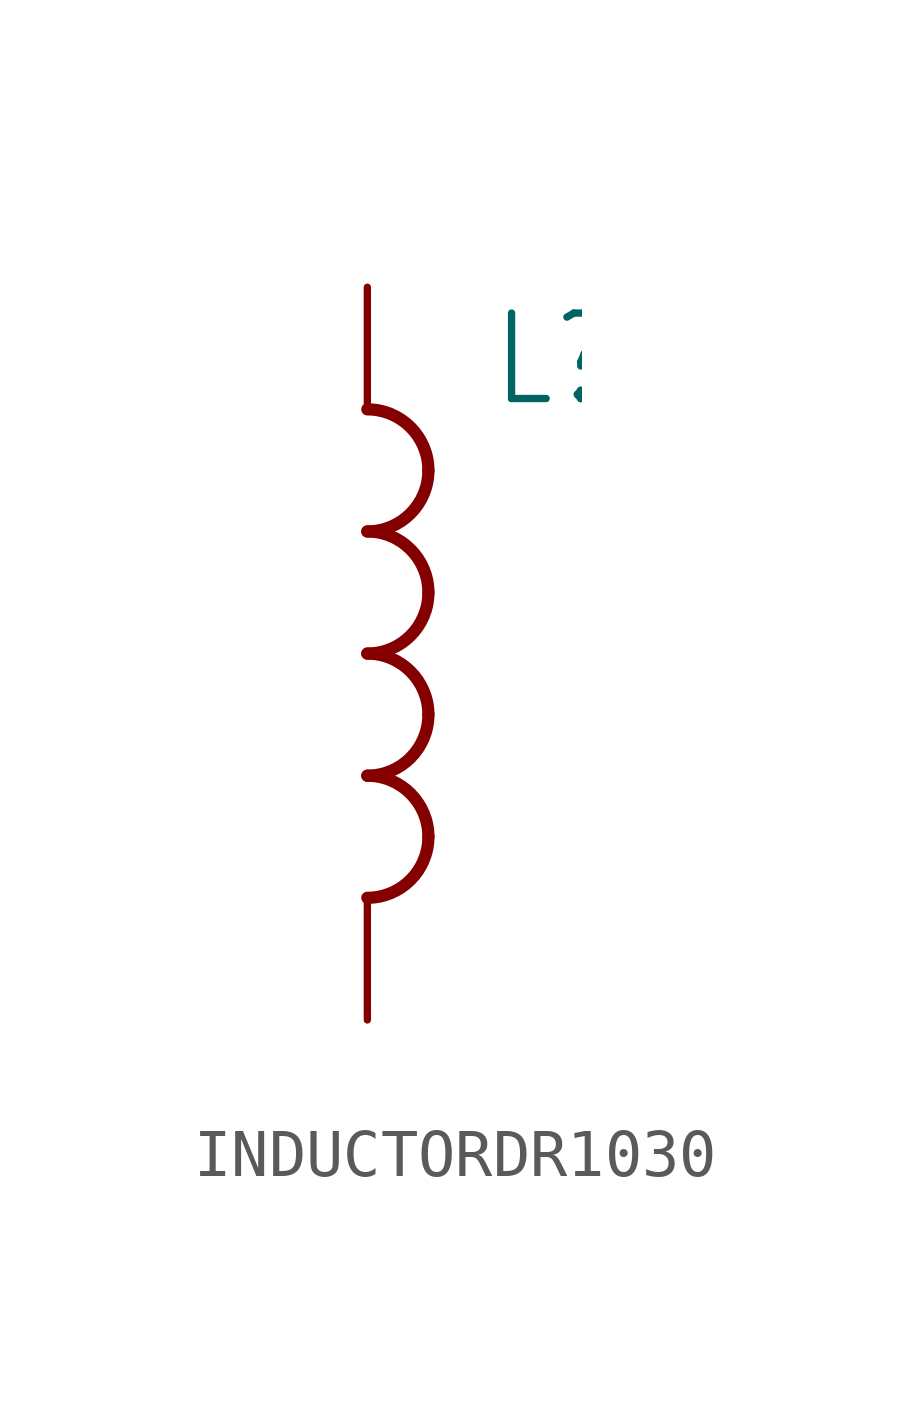
<source format=kicad_sym>
(kicad_symbol_lib
  (version 20220914)
  (generator kicad_symbol_editor)
  (symbol "INDUCTORDR1030"
    (property "Reference" "L"
      (at 2.54 5.08 0)
      (effects (font (size 1.778 1.511)) (justify left bottom)))
    (property "Value" ""
      (at 2.54 -5.08 0)
      (effects (font (size 1.778 1.511)) (justify left bottom)))
    (property "ki_locked" ""
      (at 0 0 0)
      (effects (font (size 1.27 1.27))))
    (symbol "INDUCTORDR1030_1_0"
      (arc (start 0 -5.08) (mid 0.898 -4.708) (end 1.27 -3.81) (stroke (width 0.254) (type solid)) (fill (type none)))
      (arc (start 0 -2.54) (mid 0.898 -2.168) (end 1.27 -1.27) (stroke (width 0.254) (type solid)) (fill (type none)))
      (arc (start 0 0) (mid 0.898 0.372) (end 1.27 1.27) (stroke (width 0.254) (type solid)) (fill (type none)))
      (arc (start 0 2.54) (mid 0.898 2.912) (end 1.27 3.81) (stroke (width 0.254) (type solid)) (fill (type none)))
      (arc (start 1.27 -3.81) (mid 0.898 -2.912) (end 0 -2.54) (stroke (width 0.254) (type solid)) (fill (type none)))
      (arc (start 1.27 -1.27) (mid 0.898 -0.372) (end 0 0) (stroke (width 0.254) (type solid)) (fill (type none)))
      (arc (start 1.27 1.27) (mid 0.898 2.168) (end 0 2.54) (stroke (width 0.254) (type solid)) (fill (type none)))
      (arc (start 1.27 3.81) (mid 0.898 4.708) (end 0 5.08) (stroke (width 0.254) (type solid)) (fill (type none)))
      (pin passive line (at 0 7.62 270) (length 2.54) (name "1" (effects (font (size 0 0)))) (number "1" (effects (font (size 0 0)))))
      (pin passive line (at 0 -7.62 90) (length 2.54) (name "2" (effects (font (size 0 0)))) (number "2" (effects (font (size 0 0))))))))
</source>
